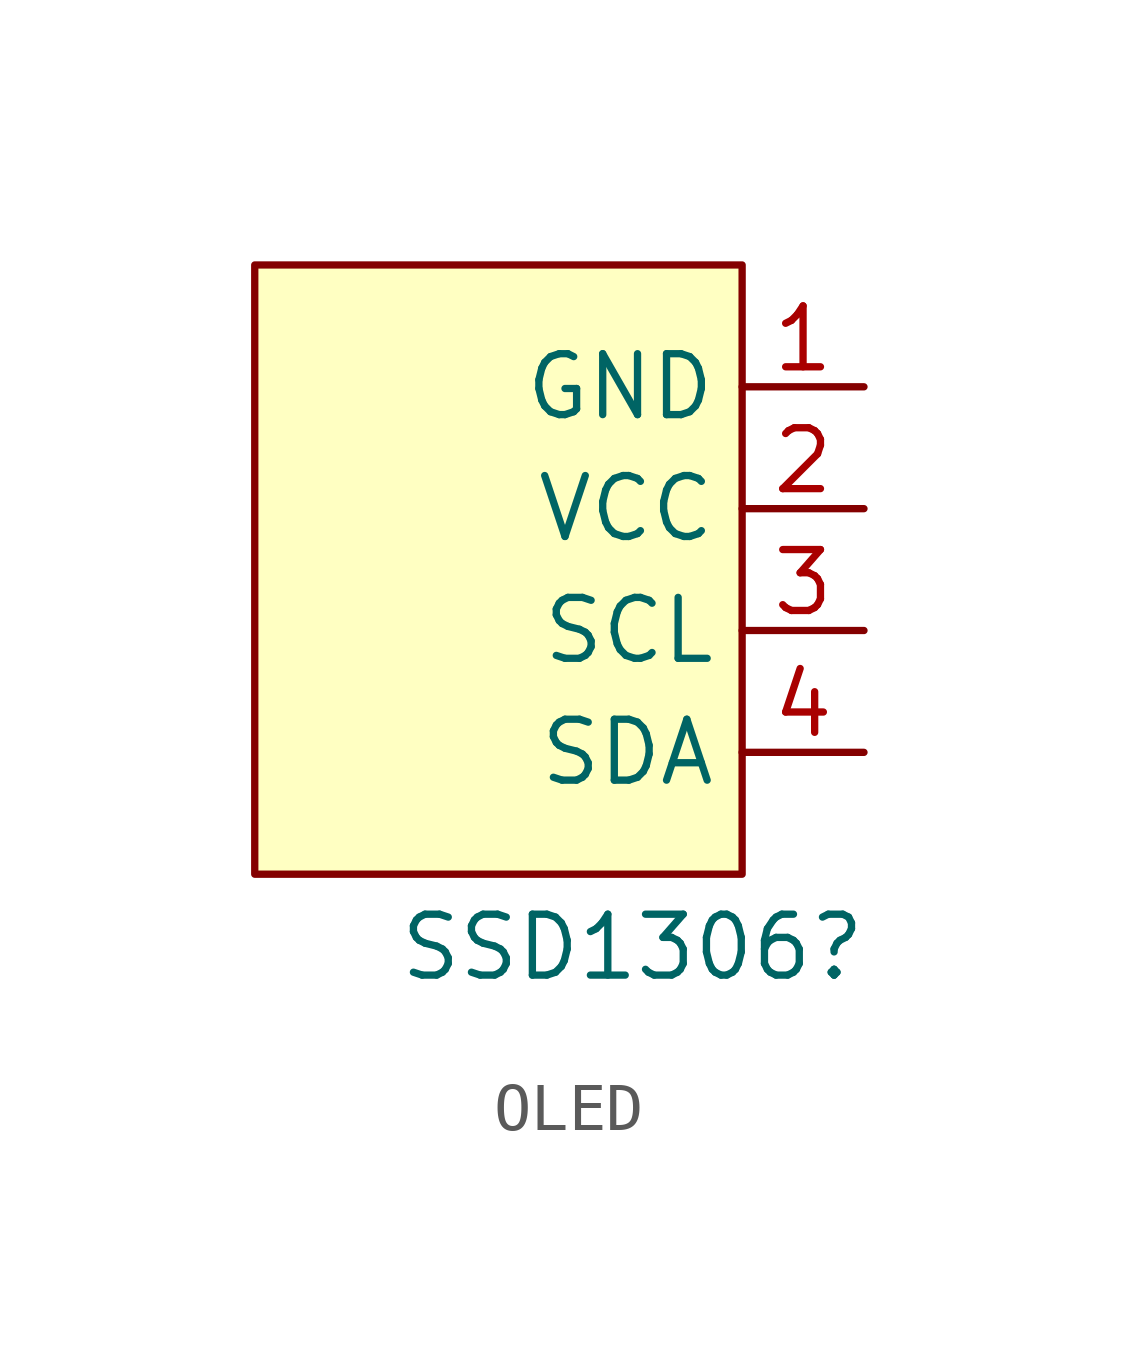
<source format=kicad_sym>
(kicad_symbol_lib
  (version 20241209)
  (generator "kicad_symbol_editor")
  (generator_version "9.0")
  (symbol "OLED"
    (property "Reference" "SSD1306"
      (at -2.286 -4.064 0)
      (effects (font (size 1.27 1.27))))
    (property "Value" ""
      (at 0 0 0)
      (effects (font (size 1.27 1.27))))
    (symbol "OLED_1_1"
      (rectangle (start -10.16 10.16) (end 0 -2.54) (stroke (width 0) (type solid)) (fill (type background)))
      (pin power_in line (at 2.54 7.62 180) (length 2.54) (name "GND" (effects (font (size 1.27 1.27)))) (number "1" (effects (font (size 1.27 1.27)))))
      (pin power_in line (at 2.54 5.08 180) (length 2.54) (name "VCC" (effects (font (size 1.27 1.27)))) (number "2" (effects (font (size 1.27 1.27)))))
      (pin bidirectional line (at 2.54 2.54 180) (length 2.54) (name "SCL" (effects (font (size 1.27 1.27)))) (number "3" (effects (font (size 1.27 1.27)))))
      (pin bidirectional line (at 2.54 0 180) (length 2.54) (name "SDA" (effects (font (size 1.27 1.27)))) (number "4" (effects (font (size 1.27 1.27))))))))
</source>
